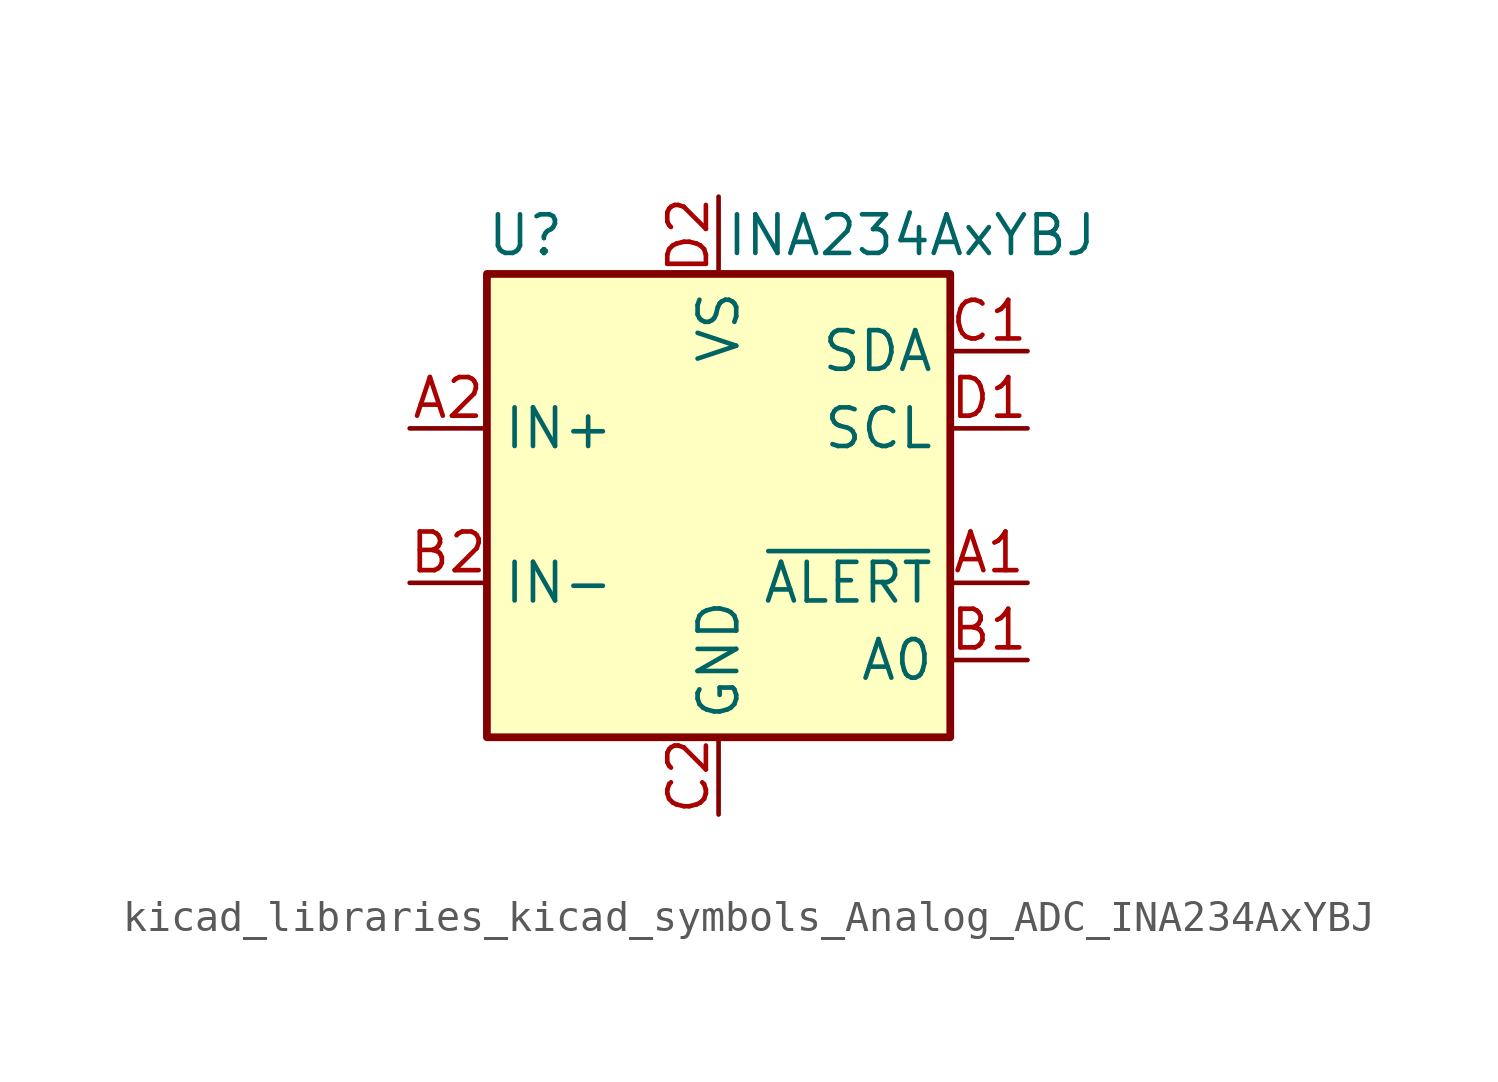
<source format=kicad_sym>
(kicad_symbol_lib
  (version 20220914)
  (generator kicad_symbol_editor)
  (symbol "kicad_libraries_kicad_symbols_Analog_ADC_INA234AxYBJ"
    (property "Reference" "U"
      (at -6.35 8.89 0)
      (effects (font (size 1.27 1.27))))
    (property "Value" "INA234AxYBJ"
      (at 6.35 8.89 0)
      (effects (font (size 1.27 1.27))))
    (symbol "kicad_libraries_kicad_symbols_Analog_ADC_INA234AxYBJ_0_1"
      (rectangle (start -7.62 7.62) (end 7.62 -7.62) (stroke (width 0.254) (type default)) (fill (type background))))
    (symbol "kicad_libraries_kicad_symbols_Analog_ADC_INA234AxYBJ_1_1"
      (pin open_collector line (at 10.16 -2.54 180) (length 2.54) (name "~{ALERT}" (effects (font (size 1.27 1.27)))) (number "A1" (effects (font (size 1.27 1.27)))) (alternate "ALERT" open_collector line))
      (pin input line (at -10.16 2.54 0) (length 2.54) (name "IN+" (effects (font (size 1.27 1.27)))) (number "A2" (effects (font (size 1.27 1.27)))))
      (pin input line (at 10.16 -5.08 180) (length 2.54) (name "A0" (effects (font (size 1.27 1.27)))) (number "B1" (effects (font (size 1.27 1.27)))))
      (pin input line (at -10.16 -2.54 0) (length 2.54) (name "IN-" (effects (font (size 1.27 1.27)))) (number "B2" (effects (font (size 1.27 1.27)))))
      (pin bidirectional line (at 10.16 5.08 180) (length 2.54) (name "SDA" (effects (font (size 1.27 1.27)))) (number "C1" (effects (font (size 1.27 1.27)))))
      (pin power_in line (at 0 -10.16 90) (length 2.54) (name "GND" (effects (font (size 1.27 1.27)))) (number "C2" (effects (font (size 1.27 1.27)))))
      (pin input line (at 10.16 2.54 180) (length 2.54) (name "SCL" (effects (font (size 1.27 1.27)))) (number "D1" (effects (font (size 1.27 1.27)))))
      (pin power_in line (at 0 10.16 270) (length 2.54) (name "VS" (effects (font (size 1.27 1.27)))) (number "D2" (effects (font (size 1.27 1.27))))))))
</source>
